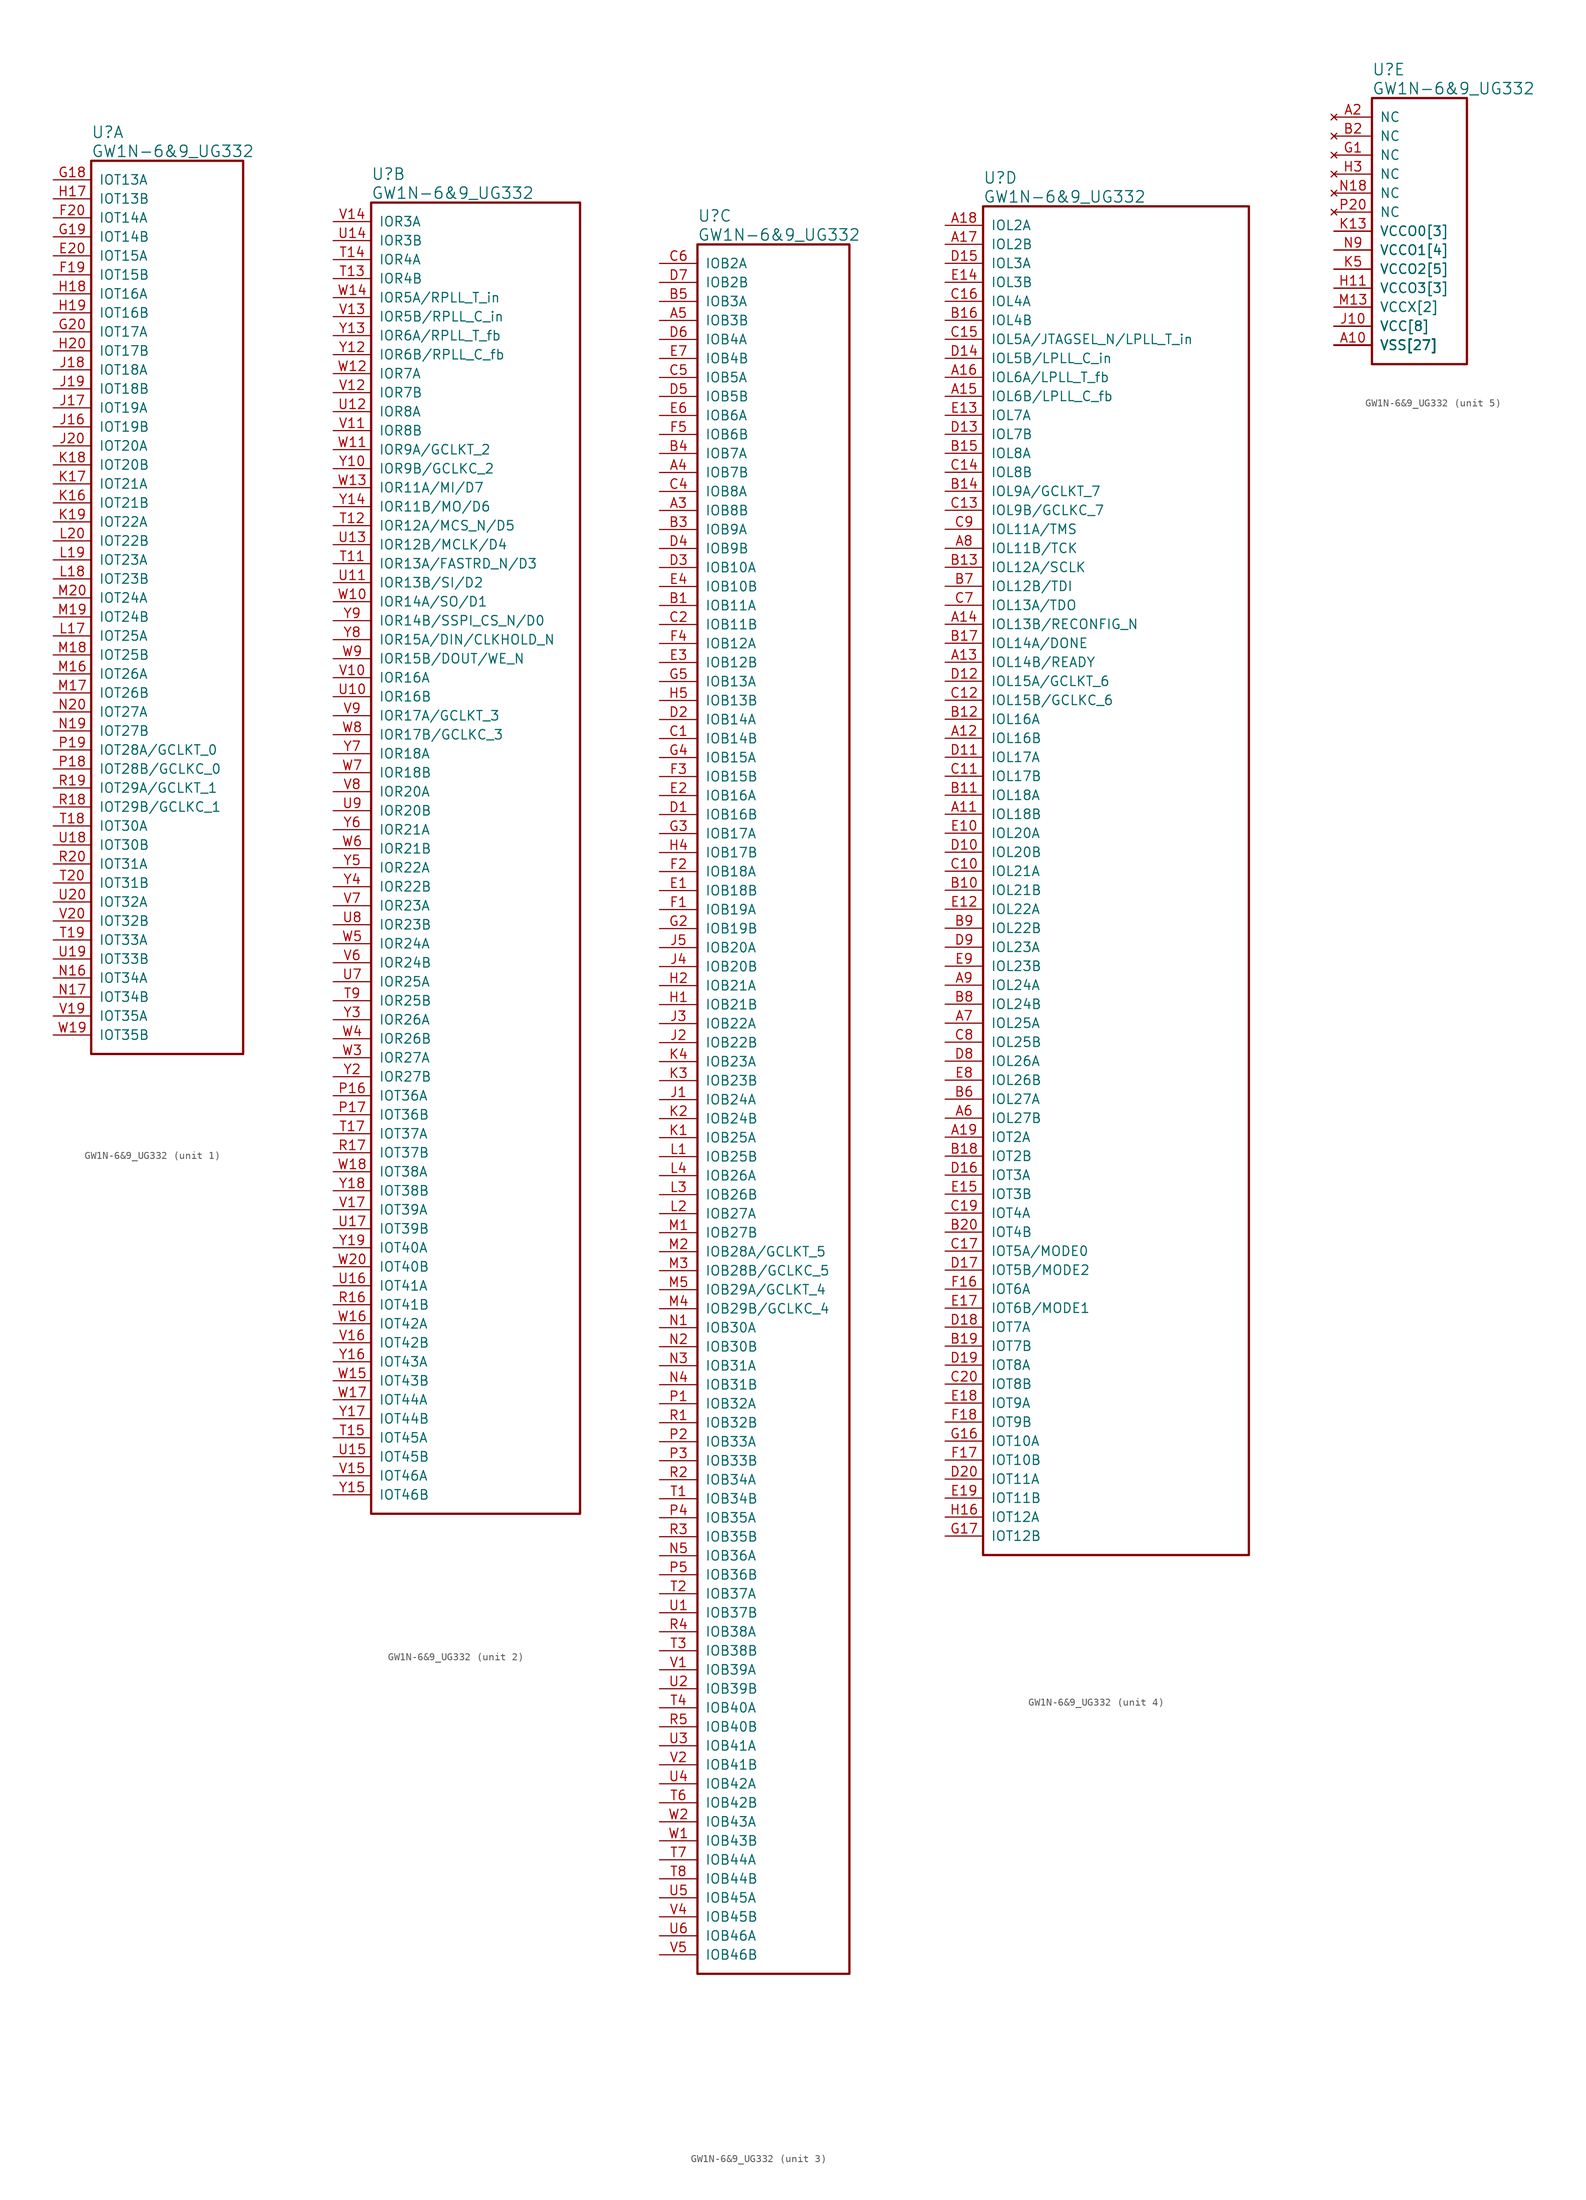
<source format=kicad_sym>
(kicad_symbol_lib
  (version 20241209)
  (generator "kicad_symbol_editor")
  (generator_version "9.0")
  (symbol "GW1N-6&9_UG332"
    (pin_names
      (offset 1.016))
    (property "Reference" "U"
      (at 5.08 6.35 0)
      (effects (font (size 1.524 1.524)) (justify left)))
    (property "Value" "GW1N-6&9_UG332"
      (at 5.08 3.81 0)
      (effects (font (size 1.524 1.524)) (justify left)))
    (property "ki_locked" ""
      (at 0 0 0)
      (effects (font (size 1.27 1.27))))
    (symbol "GW1N-6&9_UG332_1_1"
      (rectangle (start 5.08 2.54) (end 25.4 -116.84) (stroke (width 0.305) (type solid)) (fill (type none)))
      (pin bidirectional line (at 0 0 0) (length 5.08) (name "IOT13A" (effects (font (size 1.27 1.27)))) (number "G18" (effects (font (size 1.27 1.27)))))
      (pin bidirectional line (at 0 -2.54 0) (length 5.08) (name "IOT13B" (effects (font (size 1.27 1.27)))) (number "H17" (effects (font (size 1.27 1.27)))))
      (pin bidirectional line (at 0 -5.08 0) (length 5.08) (name "IOT14A" (effects (font (size 1.27 1.27)))) (number "F20" (effects (font (size 1.27 1.27)))))
      (pin bidirectional line (at 0 -7.62 0) (length 5.08) (name "IOT14B" (effects (font (size 1.27 1.27)))) (number "G19" (effects (font (size 1.27 1.27)))))
      (pin bidirectional line (at 0 -10.16 0) (length 5.08) (name "IOT15A" (effects (font (size 1.27 1.27)))) (number "E20" (effects (font (size 1.27 1.27)))))
      (pin bidirectional line (at 0 -12.7 0) (length 5.08) (name "IOT15B" (effects (font (size 1.27 1.27)))) (number "F19" (effects (font (size 1.27 1.27)))))
      (pin bidirectional line (at 0 -15.24 0) (length 5.08) (name "IOT16A" (effects (font (size 1.27 1.27)))) (number "H18" (effects (font (size 1.27 1.27)))))
      (pin bidirectional line (at 0 -17.78 0) (length 5.08) (name "IOT16B" (effects (font (size 1.27 1.27)))) (number "H19" (effects (font (size 1.27 1.27)))))
      (pin bidirectional line (at 0 -20.32 0) (length 5.08) (name "IOT17A" (effects (font (size 1.27 1.27)))) (number "G20" (effects (font (size 1.27 1.27)))))
      (pin bidirectional line (at 0 -22.86 0) (length 5.08) (name "IOT17B" (effects (font (size 1.27 1.27)))) (number "H20" (effects (font (size 1.27 1.27)))))
      (pin bidirectional line (at 0 -25.4 0) (length 5.08) (name "IOT18A" (effects (font (size 1.27 1.27)))) (number "J18" (effects (font (size 1.27 1.27)))))
      (pin bidirectional line (at 0 -27.94 0) (length 5.08) (name "IOT18B" (effects (font (size 1.27 1.27)))) (number "J19" (effects (font (size 1.27 1.27)))))
      (pin bidirectional line (at 0 -30.48 0) (length 5.08) (name "IOT19A" (effects (font (size 1.27 1.27)))) (number "J17" (effects (font (size 1.27 1.27)))))
      (pin bidirectional line (at 0 -33.02 0) (length 5.08) (name "IOT19B" (effects (font (size 1.27 1.27)))) (number "J16" (effects (font (size 1.27 1.27)))))
      (pin bidirectional line (at 0 -35.56 0) (length 5.08) (name "IOT20A" (effects (font (size 1.27 1.27)))) (number "J20" (effects (font (size 1.27 1.27)))))
      (pin bidirectional line (at 0 -38.1 0) (length 5.08) (name "IOT20B" (effects (font (size 1.27 1.27)))) (number "K18" (effects (font (size 1.27 1.27)))))
      (pin bidirectional line (at 0 -40.64 0) (length 5.08) (name "IOT21A" (effects (font (size 1.27 1.27)))) (number "K17" (effects (font (size 1.27 1.27)))))
      (pin bidirectional line (at 0 -43.18 0) (length 5.08) (name "IOT21B" (effects (font (size 1.27 1.27)))) (number "K16" (effects (font (size 1.27 1.27)))))
      (pin bidirectional line (at 0 -45.72 0) (length 5.08) (name "IOT22A" (effects (font (size 1.27 1.27)))) (number "K19" (effects (font (size 1.27 1.27)))))
      (pin bidirectional line (at 0 -48.26 0) (length 5.08) (name "IOT22B" (effects (font (size 1.27 1.27)))) (number "L20" (effects (font (size 1.27 1.27)))))
      (pin bidirectional line (at 0 -50.8 0) (length 5.08) (name "IOT23A" (effects (font (size 1.27 1.27)))) (number "L19" (effects (font (size 1.27 1.27)))))
      (pin bidirectional line (at 0 -53.34 0) (length 5.08) (name "IOT23B" (effects (font (size 1.27 1.27)))) (number "L18" (effects (font (size 1.27 1.27)))))
      (pin bidirectional line (at 0 -55.88 0) (length 5.08) (name "IOT24A" (effects (font (size 1.27 1.27)))) (number "M20" (effects (font (size 1.27 1.27)))))
      (pin bidirectional line (at 0 -58.42 0) (length 5.08) (name "IOT24B" (effects (font (size 1.27 1.27)))) (number "M19" (effects (font (size 1.27 1.27)))))
      (pin bidirectional line (at 0 -60.96 0) (length 5.08) (name "IOT25A" (effects (font (size 1.27 1.27)))) (number "L17" (effects (font (size 1.27 1.27)))))
      (pin bidirectional line (at 0 -63.5 0) (length 5.08) (name "IOT25B" (effects (font (size 1.27 1.27)))) (number "M18" (effects (font (size 1.27 1.27)))))
      (pin bidirectional line (at 0 -66.04 0) (length 5.08) (name "IOT26A" (effects (font (size 1.27 1.27)))) (number "M16" (effects (font (size 1.27 1.27)))))
      (pin bidirectional line (at 0 -68.58 0) (length 5.08) (name "IOT26B" (effects (font (size 1.27 1.27)))) (number "M17" (effects (font (size 1.27 1.27)))))
      (pin bidirectional line (at 0 -71.12 0) (length 5.08) (name "IOT27A" (effects (font (size 1.27 1.27)))) (number "N20" (effects (font (size 1.27 1.27)))))
      (pin bidirectional line (at 0 -73.66 0) (length 5.08) (name "IOT27B" (effects (font (size 1.27 1.27)))) (number "N19" (effects (font (size 1.27 1.27)))))
      (pin bidirectional line (at 0 -76.2 0) (length 5.08) (name "IOT28A/GCLKT_0" (effects (font (size 1.27 1.27)))) (number "P19" (effects (font (size 1.27 1.27)))))
      (pin bidirectional line (at 0 -78.74 0) (length 5.08) (name "IOT28B/GCLKC_0" (effects (font (size 1.27 1.27)))) (number "P18" (effects (font (size 1.27 1.27)))))
      (pin bidirectional line (at 0 -81.28 0) (length 5.08) (name "IOT29A/GCLKT_1" (effects (font (size 1.27 1.27)))) (number "R19" (effects (font (size 1.27 1.27)))))
      (pin bidirectional line (at 0 -83.82 0) (length 5.08) (name "IOT29B/GCLKC_1" (effects (font (size 1.27 1.27)))) (number "R18" (effects (font (size 1.27 1.27)))))
      (pin bidirectional line (at 0 -86.36 0) (length 5.08) (name "IOT30A" (effects (font (size 1.27 1.27)))) (number "T18" (effects (font (size 1.27 1.27)))))
      (pin bidirectional line (at 0 -88.9 0) (length 5.08) (name "IOT30B" (effects (font (size 1.27 1.27)))) (number "U18" (effects (font (size 1.27 1.27)))))
      (pin bidirectional line (at 0 -91.44 0) (length 5.08) (name "IOT31A" (effects (font (size 1.27 1.27)))) (number "R20" (effects (font (size 1.27 1.27)))))
      (pin bidirectional line (at 0 -93.98 0) (length 5.08) (name "IOT31B" (effects (font (size 1.27 1.27)))) (number "T20" (effects (font (size 1.27 1.27)))))
      (pin bidirectional line (at 0 -96.52 0) (length 5.08) (name "IOT32A" (effects (font (size 1.27 1.27)))) (number "U20" (effects (font (size 1.27 1.27)))))
      (pin bidirectional line (at 0 -99.06 0) (length 5.08) (name "IOT32B" (effects (font (size 1.27 1.27)))) (number "V20" (effects (font (size 1.27 1.27)))))
      (pin bidirectional line (at 0 -101.6 0) (length 5.08) (name "IOT33A" (effects (font (size 1.27 1.27)))) (number "T19" (effects (font (size 1.27 1.27)))))
      (pin bidirectional line (at 0 -104.14 0) (length 5.08) (name "IOT33B" (effects (font (size 1.27 1.27)))) (number "U19" (effects (font (size 1.27 1.27)))))
      (pin bidirectional line (at 0 -106.68 0) (length 5.08) (name "IOT34A" (effects (font (size 1.27 1.27)))) (number "N16" (effects (font (size 1.27 1.27)))))
      (pin bidirectional line (at 0 -109.22 0) (length 5.08) (name "IOT34B" (effects (font (size 1.27 1.27)))) (number "N17" (effects (font (size 1.27 1.27)))))
      (pin bidirectional line (at 0 -111.76 0) (length 5.08) (name "IOT35A" (effects (font (size 1.27 1.27)))) (number "V19" (effects (font (size 1.27 1.27)))))
      (pin bidirectional line (at 0 -114.3 0) (length 5.08) (name "IOT35B" (effects (font (size 1.27 1.27)))) (number "W19" (effects (font (size 1.27 1.27))))))
    (symbol "GW1N-6&9_UG332_2_1"
      (rectangle (start 5.08 2.54) (end 33.02 -172.72) (stroke (width 0.305) (type solid)) (fill (type none)))
      (pin bidirectional line (at 0 0 0) (length 5.08) (name "IOR3A" (effects (font (size 1.27 1.27)))) (number "V14" (effects (font (size 1.27 1.27)))))
      (pin bidirectional line (at 0 -2.54 0) (length 5.08) (name "IOR3B" (effects (font (size 1.27 1.27)))) (number "U14" (effects (font (size 1.27 1.27)))))
      (pin bidirectional line (at 0 -5.08 0) (length 5.08) (name "IOR4A" (effects (font (size 1.27 1.27)))) (number "T14" (effects (font (size 1.27 1.27)))))
      (pin bidirectional line (at 0 -7.62 0) (length 5.08) (name "IOR4B" (effects (font (size 1.27 1.27)))) (number "T13" (effects (font (size 1.27 1.27)))))
      (pin bidirectional line (at 0 -10.16 0) (length 5.08) (name "IOR5A/RPLL_T_in" (effects (font (size 1.27 1.27)))) (number "W14" (effects (font (size 1.27 1.27)))))
      (pin bidirectional line (at 0 -12.7 0) (length 5.08) (name "IOR5B/RPLL_C_in" (effects (font (size 1.27 1.27)))) (number "V13" (effects (font (size 1.27 1.27)))))
      (pin bidirectional line (at 0 -15.24 0) (length 5.08) (name "IOR6A/RPLL_T_fb" (effects (font (size 1.27 1.27)))) (number "Y13" (effects (font (size 1.27 1.27)))))
      (pin bidirectional line (at 0 -17.78 0) (length 5.08) (name "IOR6B/RPLL_C_fb" (effects (font (size 1.27 1.27)))) (number "Y12" (effects (font (size 1.27 1.27)))))
      (pin bidirectional line (at 0 -20.32 0) (length 5.08) (name "IOR7A" (effects (font (size 1.27 1.27)))) (number "W12" (effects (font (size 1.27 1.27)))))
      (pin bidirectional line (at 0 -22.86 0) (length 5.08) (name "IOR7B" (effects (font (size 1.27 1.27)))) (number "V12" (effects (font (size 1.27 1.27)))))
      (pin bidirectional line (at 0 -25.4 0) (length 5.08) (name "IOR8A" (effects (font (size 1.27 1.27)))) (number "U12" (effects (font (size 1.27 1.27)))))
      (pin bidirectional line (at 0 -27.94 0) (length 5.08) (name "IOR8B" (effects (font (size 1.27 1.27)))) (number "V11" (effects (font (size 1.27 1.27)))))
      (pin bidirectional line (at 0 -30.48 0) (length 5.08) (name "IOR9A/GCLKT_2" (effects (font (size 1.27 1.27)))) (number "W11" (effects (font (size 1.27 1.27)))))
      (pin bidirectional line (at 0 -33.02 0) (length 5.08) (name "IOR9B/GCLKC_2" (effects (font (size 1.27 1.27)))) (number "Y10" (effects (font (size 1.27 1.27)))))
      (pin bidirectional line (at 0 -35.56 0) (length 5.08) (name "IOR11A/MI/D7" (effects (font (size 1.27 1.27)))) (number "W13" (effects (font (size 1.27 1.27)))))
      (pin bidirectional line (at 0 -38.1 0) (length 5.08) (name "IOR11B/MO/D6" (effects (font (size 1.27 1.27)))) (number "Y14" (effects (font (size 1.27 1.27)))))
      (pin bidirectional line (at 0 -40.64 0) (length 5.08) (name "IOR12A/MCS_N/D5" (effects (font (size 1.27 1.27)))) (number "T12" (effects (font (size 1.27 1.27)))))
      (pin bidirectional line (at 0 -43.18 0) (length 5.08) (name "IOR12B/MCLK/D4" (effects (font (size 1.27 1.27)))) (number "U13" (effects (font (size 1.27 1.27)))))
      (pin bidirectional line (at 0 -45.72 0) (length 5.08) (name "IOR13A/FASTRD_N/D3" (effects (font (size 1.27 1.27)))) (number "T11" (effects (font (size 1.27 1.27)))))
      (pin bidirectional line (at 0 -48.26 0) (length 5.08) (name "IOR13B/SI/D2" (effects (font (size 1.27 1.27)))) (number "U11" (effects (font (size 1.27 1.27)))))
      (pin bidirectional line (at 0 -50.8 0) (length 5.08) (name "IOR14A/SO/D1" (effects (font (size 1.27 1.27)))) (number "W10" (effects (font (size 1.27 1.27)))))
      (pin bidirectional line (at 0 -53.34 0) (length 5.08) (name "IOR14B/SSPI_CS_N/D0" (effects (font (size 1.27 1.27)))) (number "Y9" (effects (font (size 1.27 1.27)))))
      (pin bidirectional line (at 0 -55.88 0) (length 5.08) (name "IOR15A/DIN/CLKHOLD_N" (effects (font (size 1.27 1.27)))) (number "Y8" (effects (font (size 1.27 1.27)))))
      (pin bidirectional line (at 0 -58.42 0) (length 5.08) (name "IOR15B/DOUT/WE_N" (effects (font (size 1.27 1.27)))) (number "W9" (effects (font (size 1.27 1.27)))))
      (pin bidirectional line (at 0 -60.96 0) (length 5.08) (name "IOR16A" (effects (font (size 1.27 1.27)))) (number "V10" (effects (font (size 1.27 1.27)))))
      (pin bidirectional line (at 0 -63.5 0) (length 5.08) (name "IOR16B" (effects (font (size 1.27 1.27)))) (number "U10" (effects (font (size 1.27 1.27)))))
      (pin bidirectional line (at 0 -66.04 0) (length 5.08) (name "IOR17A/GCLKT_3" (effects (font (size 1.27 1.27)))) (number "V9" (effects (font (size 1.27 1.27)))))
      (pin bidirectional line (at 0 -68.58 0) (length 5.08) (name "IOR17B/GCLKC_3" (effects (font (size 1.27 1.27)))) (number "W8" (effects (font (size 1.27 1.27)))))
      (pin bidirectional line (at 0 -71.12 0) (length 5.08) (name "IOR18A" (effects (font (size 1.27 1.27)))) (number "Y7" (effects (font (size 1.27 1.27)))))
      (pin bidirectional line (at 0 -73.66 0) (length 5.08) (name "IOR18B" (effects (font (size 1.27 1.27)))) (number "W7" (effects (font (size 1.27 1.27)))))
      (pin bidirectional line (at 0 -76.2 0) (length 5.08) (name "IOR20A" (effects (font (size 1.27 1.27)))) (number "V8" (effects (font (size 1.27 1.27)))))
      (pin bidirectional line (at 0 -78.74 0) (length 5.08) (name "IOR20B" (effects (font (size 1.27 1.27)))) (number "U9" (effects (font (size 1.27 1.27)))))
      (pin bidirectional line (at 0 -81.28 0) (length 5.08) (name "IOR21A" (effects (font (size 1.27 1.27)))) (number "Y6" (effects (font (size 1.27 1.27)))))
      (pin bidirectional line (at 0 -83.82 0) (length 5.08) (name "IOR21B" (effects (font (size 1.27 1.27)))) (number "W6" (effects (font (size 1.27 1.27)))))
      (pin bidirectional line (at 0 -86.36 0) (length 5.08) (name "IOR22A" (effects (font (size 1.27 1.27)))) (number "Y5" (effects (font (size 1.27 1.27)))))
      (pin bidirectional line (at 0 -88.9 0) (length 5.08) (name "IOR22B" (effects (font (size 1.27 1.27)))) (number "Y4" (effects (font (size 1.27 1.27)))))
      (pin bidirectional line (at 0 -91.44 0) (length 5.08) (name "IOR23A" (effects (font (size 1.27 1.27)))) (number "V7" (effects (font (size 1.27 1.27)))))
      (pin bidirectional line (at 0 -93.98 0) (length 5.08) (name "IOR23B" (effects (font (size 1.27 1.27)))) (number "U8" (effects (font (size 1.27 1.27)))))
      (pin bidirectional line (at 0 -96.52 0) (length 5.08) (name "IOR24A" (effects (font (size 1.27 1.27)))) (number "W5" (effects (font (size 1.27 1.27)))))
      (pin bidirectional line (at 0 -99.06 0) (length 5.08) (name "IOR24B" (effects (font (size 1.27 1.27)))) (number "V6" (effects (font (size 1.27 1.27)))))
      (pin bidirectional line (at 0 -101.6 0) (length 5.08) (name "IOR25A" (effects (font (size 1.27 1.27)))) (number "U7" (effects (font (size 1.27 1.27)))))
      (pin bidirectional line (at 0 -104.14 0) (length 5.08) (name "IOR25B" (effects (font (size 1.27 1.27)))) (number "T9" (effects (font (size 1.27 1.27)))))
      (pin bidirectional line (at 0 -106.68 0) (length 5.08) (name "IOR26A" (effects (font (size 1.27 1.27)))) (number "Y3" (effects (font (size 1.27 1.27)))))
      (pin bidirectional line (at 0 -109.22 0) (length 5.08) (name "IOR26B" (effects (font (size 1.27 1.27)))) (number "W4" (effects (font (size 1.27 1.27)))))
      (pin bidirectional line (at 0 -111.76 0) (length 5.08) (name "IOR27A" (effects (font (size 1.27 1.27)))) (number "W3" (effects (font (size 1.27 1.27)))))
      (pin bidirectional line (at 0 -114.3 0) (length 5.08) (name "IOR27B" (effects (font (size 1.27 1.27)))) (number "Y2" (effects (font (size 1.27 1.27)))))
      (pin bidirectional line (at 0 -116.84 0) (length 5.08) (name "IOT36A" (effects (font (size 1.27 1.27)))) (number "P16" (effects (font (size 1.27 1.27)))))
      (pin bidirectional line (at 0 -119.38 0) (length 5.08) (name "IOT36B" (effects (font (size 1.27 1.27)))) (number "P17" (effects (font (size 1.27 1.27)))))
      (pin bidirectional line (at 0 -121.92 0) (length 5.08) (name "IOT37A" (effects (font (size 1.27 1.27)))) (number "T17" (effects (font (size 1.27 1.27)))))
      (pin bidirectional line (at 0 -124.46 0) (length 5.08) (name "IOT37B" (effects (font (size 1.27 1.27)))) (number "R17" (effects (font (size 1.27 1.27)))))
      (pin bidirectional line (at 0 -127 0) (length 5.08) (name "IOT38A" (effects (font (size 1.27 1.27)))) (number "W18" (effects (font (size 1.27 1.27)))))
      (pin bidirectional line (at 0 -129.54 0) (length 5.08) (name "IOT38B" (effects (font (size 1.27 1.27)))) (number "Y18" (effects (font (size 1.27 1.27)))))
      (pin bidirectional line (at 0 -132.08 0) (length 5.08) (name "IOT39A" (effects (font (size 1.27 1.27)))) (number "V17" (effects (font (size 1.27 1.27)))))
      (pin bidirectional line (at 0 -134.62 0) (length 5.08) (name "IOT39B" (effects (font (size 1.27 1.27)))) (number "U17" (effects (font (size 1.27 1.27)))))
      (pin bidirectional line (at 0 -137.16 0) (length 5.08) (name "IOT40A" (effects (font (size 1.27 1.27)))) (number "Y19" (effects (font (size 1.27 1.27)))))
      (pin bidirectional line (at 0 -139.7 0) (length 5.08) (name "IOT40B" (effects (font (size 1.27 1.27)))) (number "W20" (effects (font (size 1.27 1.27)))))
      (pin bidirectional line (at 0 -142.24 0) (length 5.08) (name "IOT41A" (effects (font (size 1.27 1.27)))) (number "U16" (effects (font (size 1.27 1.27)))))
      (pin bidirectional line (at 0 -144.78 0) (length 5.08) (name "IOT41B" (effects (font (size 1.27 1.27)))) (number "R16" (effects (font (size 1.27 1.27)))))
      (pin bidirectional line (at 0 -147.32 0) (length 5.08) (name "IOT42A" (effects (font (size 1.27 1.27)))) (number "W16" (effects (font (size 1.27 1.27)))))
      (pin bidirectional line (at 0 -149.86 0) (length 5.08) (name "IOT42B" (effects (font (size 1.27 1.27)))) (number "V16" (effects (font (size 1.27 1.27)))))
      (pin bidirectional line (at 0 -152.4 0) (length 5.08) (name "IOT43A" (effects (font (size 1.27 1.27)))) (number "Y16" (effects (font (size 1.27 1.27)))))
      (pin bidirectional line (at 0 -154.94 0) (length 5.08) (name "IOT43B" (effects (font (size 1.27 1.27)))) (number "W15" (effects (font (size 1.27 1.27)))))
      (pin bidirectional line (at 0 -157.48 0) (length 5.08) (name "IOT44A" (effects (font (size 1.27 1.27)))) (number "W17" (effects (font (size 1.27 1.27)))))
      (pin bidirectional line (at 0 -160.02 0) (length 5.08) (name "IOT44B" (effects (font (size 1.27 1.27)))) (number "Y17" (effects (font (size 1.27 1.27)))))
      (pin bidirectional line (at 0 -162.56 0) (length 5.08) (name "IOT45A" (effects (font (size 1.27 1.27)))) (number "T15" (effects (font (size 1.27 1.27)))))
      (pin bidirectional line (at 0 -165.1 0) (length 5.08) (name "IOT45B" (effects (font (size 1.27 1.27)))) (number "U15" (effects (font (size 1.27 1.27)))))
      (pin bidirectional line (at 0 -167.64 0) (length 5.08) (name "IOT46A" (effects (font (size 1.27 1.27)))) (number "V15" (effects (font (size 1.27 1.27)))))
      (pin bidirectional line (at 0 -170.18 0) (length 5.08) (name "IOT46B" (effects (font (size 1.27 1.27)))) (number "Y15" (effects (font (size 1.27 1.27))))))
    (symbol "GW1N-6&9_UG332_3_1"
      (rectangle (start 5.08 2.54) (end 25.4 -228.6) (stroke (width 0.305) (type solid)) (fill (type none)))
      (pin bidirectional line (at 0 0 0) (length 5.08) (name "IOB2A" (effects (font (size 1.27 1.27)))) (number "C6" (effects (font (size 1.27 1.27)))))
      (pin bidirectional line (at 0 -2.54 0) (length 5.08) (name "IOB2B" (effects (font (size 1.27 1.27)))) (number "D7" (effects (font (size 1.27 1.27)))))
      (pin bidirectional line (at 0 -5.08 0) (length 5.08) (name "IOB3A" (effects (font (size 1.27 1.27)))) (number "B5" (effects (font (size 1.27 1.27)))))
      (pin bidirectional line (at 0 -7.62 0) (length 5.08) (name "IOB3B" (effects (font (size 1.27 1.27)))) (number "A5" (effects (font (size 1.27 1.27)))))
      (pin bidirectional line (at 0 -10.16 0) (length 5.08) (name "IOB4A" (effects (font (size 1.27 1.27)))) (number "D6" (effects (font (size 1.27 1.27)))))
      (pin bidirectional line (at 0 -12.7 0) (length 5.08) (name "IOB4B" (effects (font (size 1.27 1.27)))) (number "E7" (effects (font (size 1.27 1.27)))))
      (pin bidirectional line (at 0 -15.24 0) (length 5.08) (name "IOB5A" (effects (font (size 1.27 1.27)))) (number "C5" (effects (font (size 1.27 1.27)))))
      (pin bidirectional line (at 0 -17.78 0) (length 5.08) (name "IOB5B" (effects (font (size 1.27 1.27)))) (number "D5" (effects (font (size 1.27 1.27)))))
      (pin bidirectional line (at 0 -20.32 0) (length 5.08) (name "IOB6A" (effects (font (size 1.27 1.27)))) (number "E6" (effects (font (size 1.27 1.27)))))
      (pin bidirectional line (at 0 -22.86 0) (length 5.08) (name "IOB6B" (effects (font (size 1.27 1.27)))) (number "F5" (effects (font (size 1.27 1.27)))))
      (pin bidirectional line (at 0 -25.4 0) (length 5.08) (name "IOB7A" (effects (font (size 1.27 1.27)))) (number "B4" (effects (font (size 1.27 1.27)))))
      (pin bidirectional line (at 0 -27.94 0) (length 5.08) (name "IOB7B" (effects (font (size 1.27 1.27)))) (number "A4" (effects (font (size 1.27 1.27)))))
      (pin bidirectional line (at 0 -30.48 0) (length 5.08) (name "IOB8A" (effects (font (size 1.27 1.27)))) (number "C4" (effects (font (size 1.27 1.27)))))
      (pin bidirectional line (at 0 -33.02 0) (length 5.08) (name "IOB8B" (effects (font (size 1.27 1.27)))) (number "A3" (effects (font (size 1.27 1.27)))))
      (pin bidirectional line (at 0 -35.56 0) (length 5.08) (name "IOB9A" (effects (font (size 1.27 1.27)))) (number "B3" (effects (font (size 1.27 1.27)))))
      (pin bidirectional line (at 0 -38.1 0) (length 5.08) (name "IOB9B" (effects (font (size 1.27 1.27)))) (number "D4" (effects (font (size 1.27 1.27)))))
      (pin bidirectional line (at 0 -40.64 0) (length 5.08) (name "IOB10A" (effects (font (size 1.27 1.27)))) (number "D3" (effects (font (size 1.27 1.27)))))
      (pin bidirectional line (at 0 -43.18 0) (length 5.08) (name "IOB10B" (effects (font (size 1.27 1.27)))) (number "E4" (effects (font (size 1.27 1.27)))))
      (pin bidirectional line (at 0 -45.72 0) (length 5.08) (name "IOB11A" (effects (font (size 1.27 1.27)))) (number "B1" (effects (font (size 1.27 1.27)))))
      (pin bidirectional line (at 0 -48.26 0) (length 5.08) (name "IOB11B" (effects (font (size 1.27 1.27)))) (number "C2" (effects (font (size 1.27 1.27)))))
      (pin bidirectional line (at 0 -50.8 0) (length 5.08) (name "IOB12A" (effects (font (size 1.27 1.27)))) (number "F4" (effects (font (size 1.27 1.27)))))
      (pin bidirectional line (at 0 -53.34 0) (length 5.08) (name "IOB12B" (effects (font (size 1.27 1.27)))) (number "E3" (effects (font (size 1.27 1.27)))))
      (pin bidirectional line (at 0 -55.88 0) (length 5.08) (name "IOB13A" (effects (font (size 1.27 1.27)))) (number "G5" (effects (font (size 1.27 1.27)))))
      (pin bidirectional line (at 0 -58.42 0) (length 5.08) (name "IOB13B" (effects (font (size 1.27 1.27)))) (number "H5" (effects (font (size 1.27 1.27)))))
      (pin bidirectional line (at 0 -60.96 0) (length 5.08) (name "IOB14A" (effects (font (size 1.27 1.27)))) (number "D2" (effects (font (size 1.27 1.27)))))
      (pin bidirectional line (at 0 -63.5 0) (length 5.08) (name "IOB14B" (effects (font (size 1.27 1.27)))) (number "C1" (effects (font (size 1.27 1.27)))))
      (pin bidirectional line (at 0 -66.04 0) (length 5.08) (name "IOB15A" (effects (font (size 1.27 1.27)))) (number "G4" (effects (font (size 1.27 1.27)))))
      (pin bidirectional line (at 0 -68.58 0) (length 5.08) (name "IOB15B" (effects (font (size 1.27 1.27)))) (number "F3" (effects (font (size 1.27 1.27)))))
      (pin bidirectional line (at 0 -71.12 0) (length 5.08) (name "IOB16A" (effects (font (size 1.27 1.27)))) (number "E2" (effects (font (size 1.27 1.27)))))
      (pin bidirectional line (at 0 -73.66 0) (length 5.08) (name "IOB16B" (effects (font (size 1.27 1.27)))) (number "D1" (effects (font (size 1.27 1.27)))))
      (pin bidirectional line (at 0 -76.2 0) (length 5.08) (name "IOB17A" (effects (font (size 1.27 1.27)))) (number "G3" (effects (font (size 1.27 1.27)))))
      (pin bidirectional line (at 0 -78.74 0) (length 5.08) (name "IOB17B" (effects (font (size 1.27 1.27)))) (number "H4" (effects (font (size 1.27 1.27)))))
      (pin bidirectional line (at 0 -81.28 0) (length 5.08) (name "IOB18A" (effects (font (size 1.27 1.27)))) (number "F2" (effects (font (size 1.27 1.27)))))
      (pin bidirectional line (at 0 -83.82 0) (length 5.08) (name "IOB18B" (effects (font (size 1.27 1.27)))) (number "E1" (effects (font (size 1.27 1.27)))))
      (pin bidirectional line (at 0 -86.36 0) (length 5.08) (name "IOB19A" (effects (font (size 1.27 1.27)))) (number "F1" (effects (font (size 1.27 1.27)))))
      (pin bidirectional line (at 0 -88.9 0) (length 5.08) (name "IOB19B" (effects (font (size 1.27 1.27)))) (number "G2" (effects (font (size 1.27 1.27)))))
      (pin bidirectional line (at 0 -91.44 0) (length 5.08) (name "IOB20A" (effects (font (size 1.27 1.27)))) (number "J5" (effects (font (size 1.27 1.27)))))
      (pin bidirectional line (at 0 -93.98 0) (length 5.08) (name "IOB20B" (effects (font (size 1.27 1.27)))) (number "J4" (effects (font (size 1.27 1.27)))))
      (pin bidirectional line (at 0 -96.52 0) (length 5.08) (name "IOB21A" (effects (font (size 1.27 1.27)))) (number "H2" (effects (font (size 1.27 1.27)))))
      (pin bidirectional line (at 0 -99.06 0) (length 5.08) (name "IOB21B" (effects (font (size 1.27 1.27)))) (number "H1" (effects (font (size 1.27 1.27)))))
      (pin bidirectional line (at 0 -101.6 0) (length 5.08) (name "IOB22A" (effects (font (size 1.27 1.27)))) (number "J3" (effects (font (size 1.27 1.27)))))
      (pin bidirectional line (at 0 -104.14 0) (length 5.08) (name "IOB22B" (effects (font (size 1.27 1.27)))) (number "J2" (effects (font (size 1.27 1.27)))))
      (pin bidirectional line (at 0 -106.68 0) (length 5.08) (name "IOB23A" (effects (font (size 1.27 1.27)))) (number "K4" (effects (font (size 1.27 1.27)))))
      (pin bidirectional line (at 0 -109.22 0) (length 5.08) (name "IOB23B" (effects (font (size 1.27 1.27)))) (number "K3" (effects (font (size 1.27 1.27)))))
      (pin bidirectional line (at 0 -111.76 0) (length 5.08) (name "IOB24A" (effects (font (size 1.27 1.27)))) (number "J1" (effects (font (size 1.27 1.27)))))
      (pin bidirectional line (at 0 -114.3 0) (length 5.08) (name "IOB24B" (effects (font (size 1.27 1.27)))) (number "K2" (effects (font (size 1.27 1.27)))))
      (pin bidirectional line (at 0 -116.84 0) (length 5.08) (name "IOB25A" (effects (font (size 1.27 1.27)))) (number "K1" (effects (font (size 1.27 1.27)))))
      (pin bidirectional line (at 0 -119.38 0) (length 5.08) (name "IOB25B" (effects (font (size 1.27 1.27)))) (number "L1" (effects (font (size 1.27 1.27)))))
      (pin bidirectional line (at 0 -121.92 0) (length 5.08) (name "IOB26A" (effects (font (size 1.27 1.27)))) (number "L4" (effects (font (size 1.27 1.27)))))
      (pin bidirectional line (at 0 -124.46 0) (length 5.08) (name "IOB26B" (effects (font (size 1.27 1.27)))) (number "L3" (effects (font (size 1.27 1.27)))))
      (pin bidirectional line (at 0 -127 0) (length 5.08) (name "IOB27A" (effects (font (size 1.27 1.27)))) (number "L2" (effects (font (size 1.27 1.27)))))
      (pin bidirectional line (at 0 -129.54 0) (length 5.08) (name "IOB27B" (effects (font (size 1.27 1.27)))) (number "M1" (effects (font (size 1.27 1.27)))))
      (pin bidirectional line (at 0 -132.08 0) (length 5.08) (name "IOB28A/GCLKT_5" (effects (font (size 1.27 1.27)))) (number "M2" (effects (font (size 1.27 1.27)))))
      (pin bidirectional line (at 0 -134.62 0) (length 5.08) (name "IOB28B/GCLKC_5" (effects (font (size 1.27 1.27)))) (number "M3" (effects (font (size 1.27 1.27)))))
      (pin bidirectional line (at 0 -137.16 0) (length 5.08) (name "IOB29A/GCLKT_4" (effects (font (size 1.27 1.27)))) (number "M5" (effects (font (size 1.27 1.27)))))
      (pin bidirectional line (at 0 -139.7 0) (length 5.08) (name "IOB29B/GCLKC_4" (effects (font (size 1.27 1.27)))) (number "M4" (effects (font (size 1.27 1.27)))))
      (pin bidirectional line (at 0 -142.24 0) (length 5.08) (name "IOB30A" (effects (font (size 1.27 1.27)))) (number "N1" (effects (font (size 1.27 1.27)))))
      (pin bidirectional line (at 0 -144.78 0) (length 5.08) (name "IOB30B" (effects (font (size 1.27 1.27)))) (number "N2" (effects (font (size 1.27 1.27)))))
      (pin bidirectional line (at 0 -147.32 0) (length 5.08) (name "IOB31A" (effects (font (size 1.27 1.27)))) (number "N3" (effects (font (size 1.27 1.27)))))
      (pin bidirectional line (at 0 -149.86 0) (length 5.08) (name "IOB31B" (effects (font (size 1.27 1.27)))) (number "N4" (effects (font (size 1.27 1.27)))))
      (pin bidirectional line (at 0 -152.4 0) (length 5.08) (name "IOB32A" (effects (font (size 1.27 1.27)))) (number "P1" (effects (font (size 1.27 1.27)))))
      (pin bidirectional line (at 0 -154.94 0) (length 5.08) (name "IOB32B" (effects (font (size 1.27 1.27)))) (number "R1" (effects (font (size 1.27 1.27)))))
      (pin bidirectional line (at 0 -157.48 0) (length 5.08) (name "IOB33A" (effects (font (size 1.27 1.27)))) (number "P2" (effects (font (size 1.27 1.27)))))
      (pin bidirectional line (at 0 -160.02 0) (length 5.08) (name "IOB33B" (effects (font (size 1.27 1.27)))) (number "P3" (effects (font (size 1.27 1.27)))))
      (pin bidirectional line (at 0 -162.56 0) (length 5.08) (name "IOB34A" (effects (font (size 1.27 1.27)))) (number "R2" (effects (font (size 1.27 1.27)))))
      (pin bidirectional line (at 0 -165.1 0) (length 5.08) (name "IOB34B" (effects (font (size 1.27 1.27)))) (number "T1" (effects (font (size 1.27 1.27)))))
      (pin bidirectional line (at 0 -167.64 0) (length 5.08) (name "IOB35A" (effects (font (size 1.27 1.27)))) (number "P4" (effects (font (size 1.27 1.27)))))
      (pin bidirectional line (at 0 -170.18 0) (length 5.08) (name "IOB35B" (effects (font (size 1.27 1.27)))) (number "R3" (effects (font (size 1.27 1.27)))))
      (pin bidirectional line (at 0 -172.72 0) (length 5.08) (name "IOB36A" (effects (font (size 1.27 1.27)))) (number "N5" (effects (font (size 1.27 1.27)))))
      (pin bidirectional line (at 0 -175.26 0) (length 5.08) (name "IOB36B" (effects (font (size 1.27 1.27)))) (number "P5" (effects (font (size 1.27 1.27)))))
      (pin bidirectional line (at 0 -177.8 0) (length 5.08) (name "IOB37A" (effects (font (size 1.27 1.27)))) (number "T2" (effects (font (size 1.27 1.27)))))
      (pin bidirectional line (at 0 -180.34 0) (length 5.08) (name "IOB37B" (effects (font (size 1.27 1.27)))) (number "U1" (effects (font (size 1.27 1.27)))))
      (pin bidirectional line (at 0 -182.88 0) (length 5.08) (name "IOB38A" (effects (font (size 1.27 1.27)))) (number "R4" (effects (font (size 1.27 1.27)))))
      (pin bidirectional line (at 0 -185.42 0) (length 5.08) (name "IOB38B" (effects (font (size 1.27 1.27)))) (number "T3" (effects (font (size 1.27 1.27)))))
      (pin bidirectional line (at 0 -187.96 0) (length 5.08) (name "IOB39A" (effects (font (size 1.27 1.27)))) (number "V1" (effects (font (size 1.27 1.27)))))
      (pin bidirectional line (at 0 -190.5 0) (length 5.08) (name "IOB39B" (effects (font (size 1.27 1.27)))) (number "U2" (effects (font (size 1.27 1.27)))))
      (pin bidirectional line (at 0 -193.04 0) (length 5.08) (name "IOB40A" (effects (font (size 1.27 1.27)))) (number "T4" (effects (font (size 1.27 1.27)))))
      (pin bidirectional line (at 0 -195.58 0) (length 5.08) (name "IOB40B" (effects (font (size 1.27 1.27)))) (number "R5" (effects (font (size 1.27 1.27)))))
      (pin bidirectional line (at 0 -198.12 0) (length 5.08) (name "IOB41A" (effects (font (size 1.27 1.27)))) (number "U3" (effects (font (size 1.27 1.27)))))
      (pin bidirectional line (at 0 -200.66 0) (length 5.08) (name "IOB41B" (effects (font (size 1.27 1.27)))) (number "V2" (effects (font (size 1.27 1.27)))))
      (pin bidirectional line (at 0 -203.2 0) (length 5.08) (name "IOB42A" (effects (font (size 1.27 1.27)))) (number "U4" (effects (font (size 1.27 1.27)))))
      (pin bidirectional line (at 0 -205.74 0) (length 5.08) (name "IOB42B" (effects (font (size 1.27 1.27)))) (number "T6" (effects (font (size 1.27 1.27)))))
      (pin bidirectional line (at 0 -208.28 0) (length 5.08) (name "IOB43A" (effects (font (size 1.27 1.27)))) (number "W2" (effects (font (size 1.27 1.27)))))
      (pin bidirectional line (at 0 -210.82 0) (length 5.08) (name "IOB43B" (effects (font (size 1.27 1.27)))) (number "W1" (effects (font (size 1.27 1.27)))))
      (pin bidirectional line (at 0 -213.36 0) (length 5.08) (name "IOB44A" (effects (font (size 1.27 1.27)))) (number "T7" (effects (font (size 1.27 1.27)))))
      (pin bidirectional line (at 0 -215.9 0) (length 5.08) (name "IOB44B" (effects (font (size 1.27 1.27)))) (number "T8" (effects (font (size 1.27 1.27)))))
      (pin bidirectional line (at 0 -218.44 0) (length 5.08) (name "IOB45A" (effects (font (size 1.27 1.27)))) (number "U5" (effects (font (size 1.27 1.27)))))
      (pin bidirectional line (at 0 -220.98 0) (length 5.08) (name "IOB45B" (effects (font (size 1.27 1.27)))) (number "V4" (effects (font (size 1.27 1.27)))))
      (pin bidirectional line (at 0 -223.52 0) (length 5.08) (name "IOB46A" (effects (font (size 1.27 1.27)))) (number "U6" (effects (font (size 1.27 1.27)))))
      (pin bidirectional line (at 0 -226.06 0) (length 5.08) (name "IOB46B" (effects (font (size 1.27 1.27)))) (number "V5" (effects (font (size 1.27 1.27))))))
    (symbol "GW1N-6&9_UG332_4_1"
      (rectangle (start 5.08 2.54) (end 40.64 -177.8) (stroke (width 0.305) (type solid)) (fill (type none)))
      (pin bidirectional line (at 0 0 0) (length 5.08) (name "IOL2A" (effects (font (size 1.27 1.27)))) (number "A18" (effects (font (size 1.27 1.27)))))
      (pin bidirectional line (at 0 -2.54 0) (length 5.08) (name "IOL2B" (effects (font (size 1.27 1.27)))) (number "A17" (effects (font (size 1.27 1.27)))))
      (pin bidirectional line (at 0 -5.08 0) (length 5.08) (name "IOL3A" (effects (font (size 1.27 1.27)))) (number "D15" (effects (font (size 1.27 1.27)))))
      (pin bidirectional line (at 0 -7.62 0) (length 5.08) (name "IOL3B" (effects (font (size 1.27 1.27)))) (number "E14" (effects (font (size 1.27 1.27)))))
      (pin bidirectional line (at 0 -10.16 0) (length 5.08) (name "IOL4A" (effects (font (size 1.27 1.27)))) (number "C16" (effects (font (size 1.27 1.27)))))
      (pin bidirectional line (at 0 -12.7 0) (length 5.08) (name "IOL4B" (effects (font (size 1.27 1.27)))) (number "B16" (effects (font (size 1.27 1.27)))))
      (pin bidirectional line (at 0 -15.24 0) (length 5.08) (name "IOL5A/JTAGSEL_N/LPLL_T_in" (effects (font (size 1.27 1.27)))) (number "C15" (effects (font (size 1.27 1.27)))))
      (pin bidirectional line (at 0 -17.78 0) (length 5.08) (name "IOL5B/LPLL_C_in" (effects (font (size 1.27 1.27)))) (number "D14" (effects (font (size 1.27 1.27)))))
      (pin bidirectional line (at 0 -20.32 0) (length 5.08) (name "IOL6A/LPLL_T_fb" (effects (font (size 1.27 1.27)))) (number "A16" (effects (font (size 1.27 1.27)))))
      (pin bidirectional line (at 0 -22.86 0) (length 5.08) (name "IOL6B/LPLL_C_fb" (effects (font (size 1.27 1.27)))) (number "A15" (effects (font (size 1.27 1.27)))))
      (pin bidirectional line (at 0 -25.4 0) (length 5.08) (name "IOL7A" (effects (font (size 1.27 1.27)))) (number "E13" (effects (font (size 1.27 1.27)))))
      (pin bidirectional line (at 0 -27.94 0) (length 5.08) (name "IOL7B" (effects (font (size 1.27 1.27)))) (number "D13" (effects (font (size 1.27 1.27)))))
      (pin bidirectional line (at 0 -30.48 0) (length 5.08) (name "IOL8A" (effects (font (size 1.27 1.27)))) (number "B15" (effects (font (size 1.27 1.27)))))
      (pin bidirectional line (at 0 -33.02 0) (length 5.08) (name "IOL8B" (effects (font (size 1.27 1.27)))) (number "C14" (effects (font (size 1.27 1.27)))))
      (pin bidirectional line (at 0 -35.56 0) (length 5.08) (name "IOL9A/GCLKT_7" (effects (font (size 1.27 1.27)))) (number "B14" (effects (font (size 1.27 1.27)))))
      (pin bidirectional line (at 0 -38.1 0) (length 5.08) (name "IOL9B/GCLKC_7" (effects (font (size 1.27 1.27)))) (number "C13" (effects (font (size 1.27 1.27)))))
      (pin bidirectional line (at 0 -40.64 0) (length 5.08) (name "IOL11A/TMS" (effects (font (size 1.27 1.27)))) (number "C9" (effects (font (size 1.27 1.27)))))
      (pin bidirectional line (at 0 -43.18 0) (length 5.08) (name "IOL11B/TCK" (effects (font (size 1.27 1.27)))) (number "A8" (effects (font (size 1.27 1.27)))))
      (pin bidirectional line (at 0 -45.72 0) (length 5.08) (name "IOL12A/SCLK" (effects (font (size 1.27 1.27)))) (number "B13" (effects (font (size 1.27 1.27)))))
      (pin bidirectional line (at 0 -48.26 0) (length 5.08) (name "IOL12B/TDI" (effects (font (size 1.27 1.27)))) (number "B7" (effects (font (size 1.27 1.27)))))
      (pin bidirectional line (at 0 -50.8 0) (length 5.08) (name "IOL13A/TDO" (effects (font (size 1.27 1.27)))) (number "C7" (effects (font (size 1.27 1.27)))))
      (pin bidirectional line (at 0 -53.34 0) (length 5.08) (name "IOL13B/RECONFIG_N" (effects (font (size 1.27 1.27)))) (number "A14" (effects (font (size 1.27 1.27)))))
      (pin bidirectional line (at 0 -55.88 0) (length 5.08) (name "IOL14A/DONE" (effects (font (size 1.27 1.27)))) (number "B17" (effects (font (size 1.27 1.27)))))
      (pin bidirectional line (at 0 -58.42 0) (length 5.08) (name "IOL14B/READY" (effects (font (size 1.27 1.27)))) (number "A13" (effects (font (size 1.27 1.27)))))
      (pin bidirectional line (at 0 -60.96 0) (length 5.08) (name "IOL15A/GCLKT_6" (effects (font (size 1.27 1.27)))) (number "D12" (effects (font (size 1.27 1.27)))))
      (pin bidirectional line (at 0 -63.5 0) (length 5.08) (name "IOL15B/GCLKC_6" (effects (font (size 1.27 1.27)))) (number "C12" (effects (font (size 1.27 1.27)))))
      (pin bidirectional line (at 0 -66.04 0) (length 5.08) (name "IOL16A" (effects (font (size 1.27 1.27)))) (number "B12" (effects (font (size 1.27 1.27)))))
      (pin bidirectional line (at 0 -68.58 0) (length 5.08) (name "IOL16B" (effects (font (size 1.27 1.27)))) (number "A12" (effects (font (size 1.27 1.27)))))
      (pin bidirectional line (at 0 -71.12 0) (length 5.08) (name "IOL17A" (effects (font (size 1.27 1.27)))) (number "D11" (effects (font (size 1.27 1.27)))))
      (pin bidirectional line (at 0 -73.66 0) (length 5.08) (name "IOL17B" (effects (font (size 1.27 1.27)))) (number "C11" (effects (font (size 1.27 1.27)))))
      (pin bidirectional line (at 0 -76.2 0) (length 5.08) (name "IOL18A" (effects (font (size 1.27 1.27)))) (number "B11" (effects (font (size 1.27 1.27)))))
      (pin bidirectional line (at 0 -78.74 0) (length 5.08) (name "IOL18B" (effects (font (size 1.27 1.27)))) (number "A11" (effects (font (size 1.27 1.27)))))
      (pin bidirectional line (at 0 -81.28 0) (length 5.08) (name "IOL20A" (effects (font (size 1.27 1.27)))) (number "E10" (effects (font (size 1.27 1.27)))))
      (pin bidirectional line (at 0 -83.82 0) (length 5.08) (name "IOL20B" (effects (font (size 1.27 1.27)))) (number "D10" (effects (font (size 1.27 1.27)))))
      (pin bidirectional line (at 0 -86.36 0) (length 5.08) (name "IOL21A" (effects (font (size 1.27 1.27)))) (number "C10" (effects (font (size 1.27 1.27)))))
      (pin bidirectional line (at 0 -88.9 0) (length 5.08) (name "IOL21B" (effects (font (size 1.27 1.27)))) (number "B10" (effects (font (size 1.27 1.27)))))
      (pin bidirectional line (at 0 -91.44 0) (length 5.08) (name "IOL22A" (effects (font (size 1.27 1.27)))) (number "E12" (effects (font (size 1.27 1.27)))))
      (pin bidirectional line (at 0 -93.98 0) (length 5.08) (name "IOL22B" (effects (font (size 1.27 1.27)))) (number "B9" (effects (font (size 1.27 1.27)))))
      (pin bidirectional line (at 0 -96.52 0) (length 5.08) (name "IOL23A" (effects (font (size 1.27 1.27)))) (number "D9" (effects (font (size 1.27 1.27)))))
      (pin bidirectional line (at 0 -99.06 0) (length 5.08) (name "IOL23B" (effects (font (size 1.27 1.27)))) (number "E9" (effects (font (size 1.27 1.27)))))
      (pin bidirectional line (at 0 -101.6 0) (length 5.08) (name "IOL24A" (effects (font (size 1.27 1.27)))) (number "A9" (effects (font (size 1.27 1.27)))))
      (pin bidirectional line (at 0 -104.14 0) (length 5.08) (name "IOL24B" (effects (font (size 1.27 1.27)))) (number "B8" (effects (font (size 1.27 1.27)))))
      (pin bidirectional line (at 0 -106.68 0) (length 5.08) (name "IOL25A" (effects (font (size 1.27 1.27)))) (number "A7" (effects (font (size 1.27 1.27)))))
      (pin bidirectional line (at 0 -109.22 0) (length 5.08) (name "IOL25B" (effects (font (size 1.27 1.27)))) (number "C8" (effects (font (size 1.27 1.27)))))
      (pin bidirectional line (at 0 -111.76 0) (length 5.08) (name "IOL26A" (effects (font (size 1.27 1.27)))) (number "D8" (effects (font (size 1.27 1.27)))))
      (pin bidirectional line (at 0 -114.3 0) (length 5.08) (name "IOL26B" (effects (font (size 1.27 1.27)))) (number "E8" (effects (font (size 1.27 1.27)))))
      (pin bidirectional line (at 0 -116.84 0) (length 5.08) (name "IOL27A" (effects (font (size 1.27 1.27)))) (number "B6" (effects (font (size 1.27 1.27)))))
      (pin bidirectional line (at 0 -119.38 0) (length 5.08) (name "IOL27B" (effects (font (size 1.27 1.27)))) (number "A6" (effects (font (size 1.27 1.27)))))
      (pin bidirectional line (at 0 -121.92 0) (length 5.08) (name "IOT2A" (effects (font (size 1.27 1.27)))) (number "A19" (effects (font (size 1.27 1.27)))))
      (pin bidirectional line (at 0 -124.46 0) (length 5.08) (name "IOT2B" (effects (font (size 1.27 1.27)))) (number "B18" (effects (font (size 1.27 1.27)))))
      (pin bidirectional line (at 0 -127 0) (length 5.08) (name "IOT3A" (effects (font (size 1.27 1.27)))) (number "D16" (effects (font (size 1.27 1.27)))))
      (pin bidirectional line (at 0 -129.54 0) (length 5.08) (name "IOT3B" (effects (font (size 1.27 1.27)))) (number "E15" (effects (font (size 1.27 1.27)))))
      (pin bidirectional line (at 0 -132.08 0) (length 5.08) (name "IOT4A" (effects (font (size 1.27 1.27)))) (number "C19" (effects (font (size 1.27 1.27)))))
      (pin bidirectional line (at 0 -134.62 0) (length 5.08) (name "IOT4B" (effects (font (size 1.27 1.27)))) (number "B20" (effects (font (size 1.27 1.27)))))
      (pin bidirectional line (at 0 -137.16 0) (length 5.08) (name "IOT5A/MODE0" (effects (font (size 1.27 1.27)))) (number "C17" (effects (font (size 1.27 1.27)))))
      (pin bidirectional line (at 0 -139.7 0) (length 5.08) (name "IOT5B/MODE2" (effects (font (size 1.27 1.27)))) (number "D17" (effects (font (size 1.27 1.27)))))
      (pin bidirectional line (at 0 -142.24 0) (length 5.08) (name "IOT6A" (effects (font (size 1.27 1.27)))) (number "F16" (effects (font (size 1.27 1.27)))))
      (pin bidirectional line (at 0 -144.78 0) (length 5.08) (name "IOT6B/MODE1" (effects (font (size 1.27 1.27)))) (number "E17" (effects (font (size 1.27 1.27)))))
      (pin bidirectional line (at 0 -147.32 0) (length 5.08) (name "IOT7A" (effects (font (size 1.27 1.27)))) (number "D18" (effects (font (size 1.27 1.27)))))
      (pin bidirectional line (at 0 -149.86 0) (length 5.08) (name "IOT7B" (effects (font (size 1.27 1.27)))) (number "B19" (effects (font (size 1.27 1.27)))))
      (pin bidirectional line (at 0 -152.4 0) (length 5.08) (name "IOT8A" (effects (font (size 1.27 1.27)))) (number "D19" (effects (font (size 1.27 1.27)))))
      (pin bidirectional line (at 0 -154.94 0) (length 5.08) (name "IOT8B" (effects (font (size 1.27 1.27)))) (number "C20" (effects (font (size 1.27 1.27)))))
      (pin bidirectional line (at 0 -157.48 0) (length 5.08) (name "IOT9A" (effects (font (size 1.27 1.27)))) (number "E18" (effects (font (size 1.27 1.27)))))
      (pin bidirectional line (at 0 -160.02 0) (length 5.08) (name "IOT9B" (effects (font (size 1.27 1.27)))) (number "F18" (effects (font (size 1.27 1.27)))))
      (pin bidirectional line (at 0 -162.56 0) (length 5.08) (name "IOT10A" (effects (font (size 1.27 1.27)))) (number "G16" (effects (font (size 1.27 1.27)))))
      (pin bidirectional line (at 0 -165.1 0) (length 5.08) (name "IOT10B" (effects (font (size 1.27 1.27)))) (number "F17" (effects (font (size 1.27 1.27)))))
      (pin bidirectional line (at 0 -167.64 0) (length 5.08) (name "IOT11A" (effects (font (size 1.27 1.27)))) (number "D20" (effects (font (size 1.27 1.27)))))
      (pin bidirectional line (at 0 -170.18 0) (length 5.08) (name "IOT11B" (effects (font (size 1.27 1.27)))) (number "E19" (effects (font (size 1.27 1.27)))))
      (pin bidirectional line (at 0 -172.72 0) (length 5.08) (name "IOT12A" (effects (font (size 1.27 1.27)))) (number "H16" (effects (font (size 1.27 1.27)))))
      (pin bidirectional line (at 0 -175.26 0) (length 5.08) (name "IOT12B" (effects (font (size 1.27 1.27)))) (number "G17" (effects (font (size 1.27 1.27))))))
    (symbol "GW1N-6&9_UG332_5_1"
      (rectangle (start 5.08 2.54) (end 17.78 -33.02) (stroke (width 0.305) (type solid)) (fill (type none)))
      (pin no_connect line (at 0 0 0) (length 5.08) (name "NC" (effects (font (size 1.27 1.27)))) (number "A2" (effects (font (size 1.27 1.27)))))
      (pin no_connect line (at 0 -2.54 0) (length 5.08) (name "NC" (effects (font (size 1.27 1.27)))) (number "B2" (effects (font (size 1.27 1.27)))))
      (pin no_connect line (at 0 -5.08 0) (length 5.08) (name "NC" (effects (font (size 1.27 1.27)))) (number "G1" (effects (font (size 1.27 1.27)))))
      (pin no_connect line (at 0 -7.62 0) (length 5.08) (name "NC" (effects (font (size 1.27 1.27)))) (number "H3" (effects (font (size 1.27 1.27)))))
      (pin no_connect line (at 0 -10.16 0) (length 5.08) (name "NC" (effects (font (size 1.27 1.27)))) (number "N18" (effects (font (size 1.27 1.27)))))
      (pin no_connect line (at 0 -12.7 0) (length 5.08) (name "NC" (effects (font (size 1.27 1.27)))) (number "P20" (effects (font (size 1.27 1.27)))))
      (pin power_in line (at 0 -15.24 0) (length 5.08) (name "VCCO0[3]" (effects (font (size 1.27 1.27)))) (number "J13" (effects (font (size 0 0)))))
      (pin power_in line (at 0 -15.24 0) (length 5.08) (name "VCCO0[3]" (effects (font (size 1.27 1.27)))) (number "K13" (effects (font (size 1.27 1.27)))))
      (pin power_in line (at 0 -15.24 0) (length 5.08) (name "VCCO0[3]" (effects (font (size 1.27 1.27)))) (number "L13" (effects (font (size 0 0)))))
      (pin power_in line (at 0 -17.78 0) (length 5.08) (name "VCCO1[4]" (effects (font (size 1.27 1.27)))) (number "N10" (effects (font (size 0 0)))))
      (pin power_in line (at 0 -17.78 0) (length 5.08) (name "VCCO1[4]" (effects (font (size 1.27 1.27)))) (number "N11" (effects (font (size 0 0)))))
      (pin power_in line (at 0 -17.78 0) (length 5.08) (name "VCCO1[4]" (effects (font (size 1.27 1.27)))) (number "N12" (effects (font (size 0 0)))))
      (pin power_in line (at 0 -17.78 0) (length 5.08) (name "VCCO1[4]" (effects (font (size 1.27 1.27)))) (number "N9" (effects (font (size 1.27 1.27)))))
      (pin power_in line (at 0 -20.32 0) (length 5.08) (name "VCCO2[5]" (effects (font (size 1.27 1.27)))) (number "J8" (effects (font (size 0 0)))))
      (pin power_in line (at 0 -20.32 0) (length 5.08) (name "VCCO2[5]" (effects (font (size 1.27 1.27)))) (number "K5" (effects (font (size 1.27 1.27)))))
      (pin power_in line (at 0 -20.32 0) (length 5.08) (name "VCCO2[5]" (effects (font (size 1.27 1.27)))) (number "K8" (effects (font (size 0 0)))))
      (pin power_in line (at 0 -20.32 0) (length 5.08) (name "VCCO2[5]" (effects (font (size 1.27 1.27)))) (number "L8" (effects (font (size 0 0)))))
      (pin power_in line (at 0 -20.32 0) (length 5.08) (name "VCCO2[5]" (effects (font (size 1.27 1.27)))) (number "M8" (effects (font (size 0 0)))))
      (pin power_in line (at 0 -22.86 0) (length 5.08) (name "VCCO3[3]" (effects (font (size 1.27 1.27)))) (number "H11" (effects (font (size 1.27 1.27)))))
      (pin power_in line (at 0 -22.86 0) (length 5.08) (name "VCCO3[3]" (effects (font (size 1.27 1.27)))) (number "H12" (effects (font (size 0 0)))))
      (pin power_in line (at 0 -22.86 0) (length 5.08) (name "VCCO3[3]" (effects (font (size 1.27 1.27)))) (number "H9" (effects (font (size 0 0)))))
      (pin power_in line (at 0 -25.4 0) (length 5.08) (name "VCCX[2]" (effects (font (size 1.27 1.27)))) (number "H10" (effects (font (size 0 0)))))
      (pin power_in line (at 0 -25.4 0) (length 5.08) (name "VCCX[2]" (effects (font (size 1.27 1.27)))) (number "M13" (effects (font (size 1.27 1.27)))))
      (pin power_in line (at 0 -27.94 0) (length 5.08) (name "VCC[8]" (effects (font (size 1.27 1.27)))) (number "J10" (effects (font (size 1.27 1.27)))))
      (pin power_in line (at 0 -27.94 0) (length 5.08) (name "VCC[8]" (effects (font (size 1.27 1.27)))) (number "J11" (effects (font (size 0 0)))))
      (pin power_in line (at 0 -27.94 0) (length 5.08) (name "VCC[8]" (effects (font (size 1.27 1.27)))) (number "K12" (effects (font (size 0 0)))))
      (pin power_in line (at 0 -27.94 0) (length 5.08) (name "VCC[8]" (effects (font (size 1.27 1.27)))) (number "K9" (effects (font (size 0 0)))))
      (pin power_in line (at 0 -27.94 0) (length 5.08) (name "VCC[8]" (effects (font (size 1.27 1.27)))) (number "L12" (effects (font (size 0 0)))))
      (pin power_in line (at 0 -27.94 0) (length 5.08) (name "VCC[8]" (effects (font (size 1.27 1.27)))) (number "L9" (effects (font (size 0 0)))))
      (pin power_in line (at 0 -27.94 0) (length 5.08) (name "VCC[8]" (effects (font (size 1.27 1.27)))) (number "M10" (effects (font (size 0 0)))))
      (pin power_in line (at 0 -27.94 0) (length 5.08) (name "VCC[8]" (effects (font (size 1.27 1.27)))) (number "M11" (effects (font (size 0 0)))))
      (pin power_in line (at 0 -30.48 0) (length 5.08) (name "VSS[27]" (effects (font (size 1.27 1.27)))) (number "A1" (effects (font (size 0 0)))))
      (pin power_in line (at 0 -30.48 0) (length 5.08) (name "VSS[27]" (effects (font (size 1.27 1.27)))) (number "A10" (effects (font (size 1.27 1.27)))))
      (pin power_in line (at 0 -30.48 0) (length 5.08) (name "VSS[27]" (effects (font (size 1.27 1.27)))) (number "A20" (effects (font (size 0 0)))))
      (pin power_in line (at 0 -30.48 0) (length 5.08) (name "VSS[27]" (effects (font (size 1.27 1.27)))) (number "C18" (effects (font (size 0 0)))))
      (pin power_in line (at 0 -30.48 0) (length 5.08) (name "VSS[27]" (effects (font (size 1.27 1.27)))) (number "C3" (effects (font (size 0 0)))))
      (pin power_in line (at 0 -30.48 0) (length 5.08) (name "VSS[27]" (effects (font (size 1.27 1.27)))) (number "E11" (effects (font (size 0 0)))))
      (pin power_in line (at 0 -30.48 0) (length 5.08) (name "VSS[27]" (effects (font (size 1.27 1.27)))) (number "H13" (effects (font (size 0 0)))))
      (pin power_in line (at 0 -30.48 0) (length 5.08) (name "VSS[27]" (effects (font (size 1.27 1.27)))) (number "H8" (effects (font (size 0 0)))))
      (pin power_in line (at 0 -30.48 0) (length 5.08) (name "VSS[27]" (effects (font (size 1.27 1.27)))) (number "J12" (effects (font (size 0 0)))))
      (pin power_in line (at 0 -30.48 0) (length 5.08) (name "VSS[27]" (effects (font (size 1.27 1.27)))) (number "J9" (effects (font (size 0 0)))))
      (pin power_in line (at 0 -30.48 0) (length 5.08) (name "VSS[27]" (effects (font (size 1.27 1.27)))) (number "K10" (effects (font (size 0 0)))))
      (pin power_in line (at 0 -30.48 0) (length 5.08) (name "VSS[27]" (effects (font (size 1.27 1.27)))) (number "K11" (effects (font (size 0 0)))))
      (pin power_in line (at 0 -30.48 0) (length 5.08) (name "VSS[27]" (effects (font (size 1.27 1.27)))) (number "K20" (effects (font (size 0 0)))))
      (pin power_in line (at 0 -30.48 0) (length 5.08) (name "VSS[27]" (effects (font (size 1.27 1.27)))) (number "L10" (effects (font (size 0 0)))))
      (pin power_in line (at 0 -30.48 0) (length 5.08) (name "VSS[27]" (effects (font (size 1.27 1.27)))) (number "L11" (effects (font (size 0 0)))))
      (pin power_in line (at 0 -30.48 0) (length 5.08) (name "VSS[27]" (effects (font (size 1.27 1.27)))) (number "L16" (effects (font (size 0 0)))))
      (pin power_in line (at 0 -30.48 0) (length 5.08) (name "VSS[27]" (effects (font (size 1.27 1.27)))) (number "L5" (effects (font (size 0 0)))))
      (pin power_in line (at 0 -30.48 0) (length 5.08) (name "VSS[27]" (effects (font (size 1.27 1.27)))) (number "M12" (effects (font (size 0 0)))))
      (pin power_in line (at 0 -30.48 0) (length 5.08) (name "VSS[27]" (effects (font (size 1.27 1.27)))) (number "M9" (effects (font (size 0 0)))))
      (pin power_in line (at 0 -30.48 0) (length 5.08) (name "VSS[27]" (effects (font (size 1.27 1.27)))) (number "N13" (effects (font (size 0 0)))))
      (pin power_in line (at 0 -30.48 0) (length 5.08) (name "VSS[27]" (effects (font (size 1.27 1.27)))) (number "N8" (effects (font (size 0 0)))))
      (pin power_in line (at 0 -30.48 0) (length 5.08) (name "VSS[27]" (effects (font (size 1.27 1.27)))) (number "T10" (effects (font (size 0 0)))))
      (pin power_in line (at 0 -30.48 0) (length 5.08) (name "VSS[27]" (effects (font (size 1.27 1.27)))) (number "V18" (effects (font (size 0 0)))))
      (pin power_in line (at 0 -30.48 0) (length 5.08) (name "VSS[27]" (effects (font (size 1.27 1.27)))) (number "V3" (effects (font (size 0 0)))))
      (pin power_in line (at 0 -30.48 0) (length 5.08) (name "VSS[27]" (effects (font (size 1.27 1.27)))) (number "Y1" (effects (font (size 0 0)))))
      (pin power_in line (at 0 -30.48 0) (length 5.08) (name "VSS[27]" (effects (font (size 1.27 1.27)))) (number "Y11" (effects (font (size 0 0)))))
      (pin power_in line (at 0 -30.48 0) (length 5.08) (name "VSS[27]" (effects (font (size 1.27 1.27)))) (number "Y20" (effects (font (size 0 0))))))))
</source>
